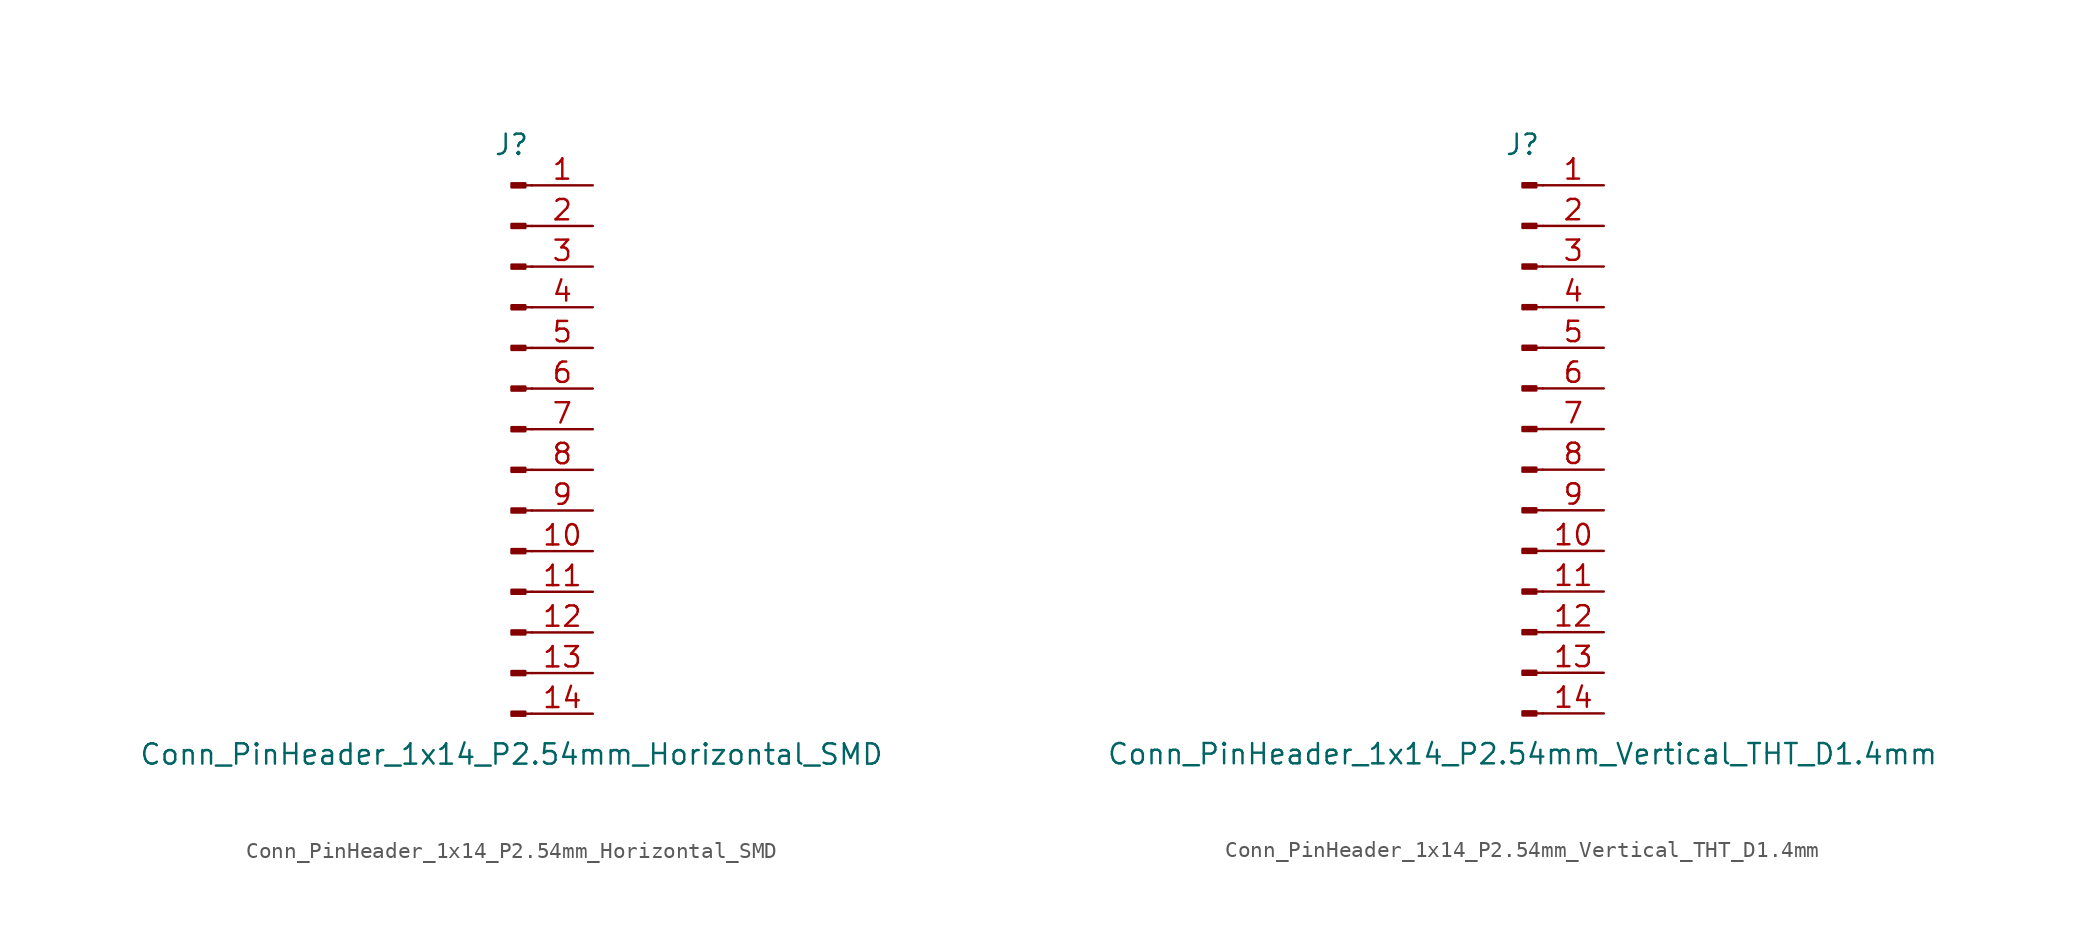
<source format=kicad_sym>
(kicad_symbol_lib
  (version 20211014)
  (generator kicad_symbol_editor)
  (symbol "Conn_PinHeader_1x14_P2.54mm_Horizontal_SMD"
    (pin_names
      (offset 1.016) hide)
    (property "Reference" "J"
      (at 0 17.78 0)
      (effects (font (size 1.27 1.27))))
    (property "Value" "Conn_PinHeader_1x14_P2.54mm_Horizontal_SMD"
      (at 0 -20.32 0)
      (effects (font (size 1.27 1.27))))
    (symbol "Conn_PinHeader_1x14_P2.54mm_Horizontal_SMD_1_1"
      (polyline (pts (xy 1.27 -17.78) (xy 0.864 -17.78)) (stroke (width 0.152) (type default) (color 0 0 0 0)) (fill (type none)))
      (polyline (pts (xy 1.27 -15.24) (xy 0.864 -15.24)) (stroke (width 0.152) (type default) (color 0 0 0 0)) (fill (type none)))
      (polyline (pts (xy 1.27 -12.7) (xy 0.864 -12.7)) (stroke (width 0.152) (type default) (color 0 0 0 0)) (fill (type none)))
      (polyline (pts (xy 1.27 -10.16) (xy 0.864 -10.16)) (stroke (width 0.152) (type default) (color 0 0 0 0)) (fill (type none)))
      (polyline (pts (xy 1.27 -7.62) (xy 0.864 -7.62)) (stroke (width 0.152) (type default) (color 0 0 0 0)) (fill (type none)))
      (polyline (pts (xy 1.27 -5.08) (xy 0.864 -5.08)) (stroke (width 0.152) (type default) (color 0 0 0 0)) (fill (type none)))
      (polyline (pts (xy 1.27 -2.54) (xy 0.864 -2.54)) (stroke (width 0.152) (type default) (color 0 0 0 0)) (fill (type none)))
      (polyline (pts (xy 1.27 0) (xy 0.864 0)) (stroke (width 0.152) (type default) (color 0 0 0 0)) (fill (type none)))
      (polyline (pts (xy 1.27 2.54) (xy 0.864 2.54)) (stroke (width 0.152) (type default) (color 0 0 0 0)) (fill (type none)))
      (polyline (pts (xy 1.27 5.08) (xy 0.864 5.08)) (stroke (width 0.152) (type default) (color 0 0 0 0)) (fill (type none)))
      (polyline (pts (xy 1.27 7.62) (xy 0.864 7.62)) (stroke (width 0.152) (type default) (color 0 0 0 0)) (fill (type none)))
      (polyline (pts (xy 1.27 10.16) (xy 0.864 10.16)) (stroke (width 0.152) (type default) (color 0 0 0 0)) (fill (type none)))
      (polyline (pts (xy 1.27 12.7) (xy 0.864 12.7)) (stroke (width 0.152) (type default) (color 0 0 0 0)) (fill (type none)))
      (polyline (pts (xy 1.27 15.24) (xy 0.864 15.24)) (stroke (width 0.152) (type default) (color 0 0 0 0)) (fill (type none)))
      (rectangle (start 0.864 -17.653) (end 0 -17.907) (stroke (width 0.152) (type default) (color 0 0 0 0)) (fill (type outline)))
      (rectangle (start 0.864 -15.113) (end 0 -15.367) (stroke (width 0.152) (type default) (color 0 0 0 0)) (fill (type outline)))
      (rectangle (start 0.864 -12.573) (end 0 -12.827) (stroke (width 0.152) (type default) (color 0 0 0 0)) (fill (type outline)))
      (rectangle (start 0.864 -10.033) (end 0 -10.287) (stroke (width 0.152) (type default) (color 0 0 0 0)) (fill (type outline)))
      (rectangle (start 0.864 -7.493) (end 0 -7.747) (stroke (width 0.152) (type default) (color 0 0 0 0)) (fill (type outline)))
      (rectangle (start 0.864 -4.953) (end 0 -5.207) (stroke (width 0.152) (type default) (color 0 0 0 0)) (fill (type outline)))
      (rectangle (start 0.864 -2.413) (end 0 -2.667) (stroke (width 0.152) (type default) (color 0 0 0 0)) (fill (type outline)))
      (rectangle (start 0.864 0.127) (end 0 -0.127) (stroke (width 0.152) (type default) (color 0 0 0 0)) (fill (type outline)))
      (rectangle (start 0.864 2.667) (end 0 2.413) (stroke (width 0.152) (type default) (color 0 0 0 0)) (fill (type outline)))
      (rectangle (start 0.864 5.207) (end 0 4.953) (stroke (width 0.152) (type default) (color 0 0 0 0)) (fill (type outline)))
      (rectangle (start 0.864 7.747) (end 0 7.493) (stroke (width 0.152) (type default) (color 0 0 0 0)) (fill (type outline)))
      (rectangle (start 0.864 10.287) (end 0 10.033) (stroke (width 0.152) (type default) (color 0 0 0 0)) (fill (type outline)))
      (rectangle (start 0.864 12.827) (end 0 12.573) (stroke (width 0.152) (type default) (color 0 0 0 0)) (fill (type outline)))
      (rectangle (start 0.864 15.367) (end 0 15.113) (stroke (width 0.152) (type default) (color 0 0 0 0)) (fill (type outline)))
      (pin passive line (at 5.08 15.24 180) (length 3.81) (name "Pin_1" (effects (font (size 1.27 1.27)))) (number "1" (effects (font (size 1.27 1.27)))))
      (pin passive line (at 5.08 -7.62 180) (length 3.81) (name "Pin_10" (effects (font (size 1.27 1.27)))) (number "10" (effects (font (size 1.27 1.27)))))
      (pin passive line (at 5.08 -10.16 180) (length 3.81) (name "Pin_11" (effects (font (size 1.27 1.27)))) (number "11" (effects (font (size 1.27 1.27)))))
      (pin passive line (at 5.08 -12.7 180) (length 3.81) (name "Pin_12" (effects (font (size 1.27 1.27)))) (number "12" (effects (font (size 1.27 1.27)))))
      (pin passive line (at 5.08 -15.24 180) (length 3.81) (name "Pin_13" (effects (font (size 1.27 1.27)))) (number "13" (effects (font (size 1.27 1.27)))))
      (pin passive line (at 5.08 -17.78 180) (length 3.81) (name "Pin_14" (effects (font (size 1.27 1.27)))) (number "14" (effects (font (size 1.27 1.27)))))
      (pin passive line (at 5.08 12.7 180) (length 3.81) (name "Pin_2" (effects (font (size 1.27 1.27)))) (number "2" (effects (font (size 1.27 1.27)))))
      (pin passive line (at 5.08 10.16 180) (length 3.81) (name "Pin_3" (effects (font (size 1.27 1.27)))) (number "3" (effects (font (size 1.27 1.27)))))
      (pin passive line (at 5.08 7.62 180) (length 3.81) (name "Pin_4" (effects (font (size 1.27 1.27)))) (number "4" (effects (font (size 1.27 1.27)))))
      (pin passive line (at 5.08 5.08 180) (length 3.81) (name "Pin_5" (effects (font (size 1.27 1.27)))) (number "5" (effects (font (size 1.27 1.27)))))
      (pin passive line (at 5.08 2.54 180) (length 3.81) (name "Pin_6" (effects (font (size 1.27 1.27)))) (number "6" (effects (font (size 1.27 1.27)))))
      (pin passive line (at 5.08 0 180) (length 3.81) (name "Pin_7" (effects (font (size 1.27 1.27)))) (number "7" (effects (font (size 1.27 1.27)))))
      (pin passive line (at 5.08 -2.54 180) (length 3.81) (name "Pin_8" (effects (font (size 1.27 1.27)))) (number "8" (effects (font (size 1.27 1.27)))))
      (pin passive line (at 5.08 -5.08 180) (length 3.81) (name "Pin_9" (effects (font (size 1.27 1.27)))) (number "9" (effects (font (size 1.27 1.27)))))))
  (symbol "Conn_PinHeader_1x14_P2.54mm_Vertical_THT_D1.4mm"
    (pin_names
      (offset 1.016) hide)
    (property "Reference" "J"
      (at 0 17.78 0)
      (effects (font (size 1.27 1.27))))
    (property "Value" "Conn_PinHeader_1x14_P2.54mm_Vertical_THT_D1.4mm"
      (at 0 -20.32 0)
      (effects (font (size 1.27 1.27))))
    (symbol "Conn_PinHeader_1x14_P2.54mm_Vertical_THT_D1.4mm_1_1"
      (polyline (pts (xy 1.27 -17.78) (xy 0.864 -17.78)) (stroke (width 0.152) (type default) (color 0 0 0 0)) (fill (type none)))
      (polyline (pts (xy 1.27 -15.24) (xy 0.864 -15.24)) (stroke (width 0.152) (type default) (color 0 0 0 0)) (fill (type none)))
      (polyline (pts (xy 1.27 -12.7) (xy 0.864 -12.7)) (stroke (width 0.152) (type default) (color 0 0 0 0)) (fill (type none)))
      (polyline (pts (xy 1.27 -10.16) (xy 0.864 -10.16)) (stroke (width 0.152) (type default) (color 0 0 0 0)) (fill (type none)))
      (polyline (pts (xy 1.27 -7.62) (xy 0.864 -7.62)) (stroke (width 0.152) (type default) (color 0 0 0 0)) (fill (type none)))
      (polyline (pts (xy 1.27 -5.08) (xy 0.864 -5.08)) (stroke (width 0.152) (type default) (color 0 0 0 0)) (fill (type none)))
      (polyline (pts (xy 1.27 -2.54) (xy 0.864 -2.54)) (stroke (width 0.152) (type default) (color 0 0 0 0)) (fill (type none)))
      (polyline (pts (xy 1.27 0) (xy 0.864 0)) (stroke (width 0.152) (type default) (color 0 0 0 0)) (fill (type none)))
      (polyline (pts (xy 1.27 2.54) (xy 0.864 2.54)) (stroke (width 0.152) (type default) (color 0 0 0 0)) (fill (type none)))
      (polyline (pts (xy 1.27 5.08) (xy 0.864 5.08)) (stroke (width 0.152) (type default) (color 0 0 0 0)) (fill (type none)))
      (polyline (pts (xy 1.27 7.62) (xy 0.864 7.62)) (stroke (width 0.152) (type default) (color 0 0 0 0)) (fill (type none)))
      (polyline (pts (xy 1.27 10.16) (xy 0.864 10.16)) (stroke (width 0.152) (type default) (color 0 0 0 0)) (fill (type none)))
      (polyline (pts (xy 1.27 12.7) (xy 0.864 12.7)) (stroke (width 0.152) (type default) (color 0 0 0 0)) (fill (type none)))
      (polyline (pts (xy 1.27 15.24) (xy 0.864 15.24)) (stroke (width 0.152) (type default) (color 0 0 0 0)) (fill (type none)))
      (rectangle (start 0.864 -17.653) (end 0 -17.907) (stroke (width 0.152) (type default) (color 0 0 0 0)) (fill (type outline)))
      (rectangle (start 0.864 -15.113) (end 0 -15.367) (stroke (width 0.152) (type default) (color 0 0 0 0)) (fill (type outline)))
      (rectangle (start 0.864 -12.573) (end 0 -12.827) (stroke (width 0.152) (type default) (color 0 0 0 0)) (fill (type outline)))
      (rectangle (start 0.864 -10.033) (end 0 -10.287) (stroke (width 0.152) (type default) (color 0 0 0 0)) (fill (type outline)))
      (rectangle (start 0.864 -7.493) (end 0 -7.747) (stroke (width 0.152) (type default) (color 0 0 0 0)) (fill (type outline)))
      (rectangle (start 0.864 -4.953) (end 0 -5.207) (stroke (width 0.152) (type default) (color 0 0 0 0)) (fill (type outline)))
      (rectangle (start 0.864 -2.413) (end 0 -2.667) (stroke (width 0.152) (type default) (color 0 0 0 0)) (fill (type outline)))
      (rectangle (start 0.864 0.127) (end 0 -0.127) (stroke (width 0.152) (type default) (color 0 0 0 0)) (fill (type outline)))
      (rectangle (start 0.864 2.667) (end 0 2.413) (stroke (width 0.152) (type default) (color 0 0 0 0)) (fill (type outline)))
      (rectangle (start 0.864 5.207) (end 0 4.953) (stroke (width 0.152) (type default) (color 0 0 0 0)) (fill (type outline)))
      (rectangle (start 0.864 7.747) (end 0 7.493) (stroke (width 0.152) (type default) (color 0 0 0 0)) (fill (type outline)))
      (rectangle (start 0.864 10.287) (end 0 10.033) (stroke (width 0.152) (type default) (color 0 0 0 0)) (fill (type outline)))
      (rectangle (start 0.864 12.827) (end 0 12.573) (stroke (width 0.152) (type default) (color 0 0 0 0)) (fill (type outline)))
      (rectangle (start 0.864 15.367) (end 0 15.113) (stroke (width 0.152) (type default) (color 0 0 0 0)) (fill (type outline)))
      (pin passive line (at 5.08 15.24 180) (length 3.81) (name "Pin_1" (effects (font (size 1.27 1.27)))) (number "1" (effects (font (size 1.27 1.27)))))
      (pin passive line (at 5.08 -7.62 180) (length 3.81) (name "Pin_10" (effects (font (size 1.27 1.27)))) (number "10" (effects (font (size 1.27 1.27)))))
      (pin passive line (at 5.08 -10.16 180) (length 3.81) (name "Pin_11" (effects (font (size 1.27 1.27)))) (number "11" (effects (font (size 1.27 1.27)))))
      (pin passive line (at 5.08 -12.7 180) (length 3.81) (name "Pin_12" (effects (font (size 1.27 1.27)))) (number "12" (effects (font (size 1.27 1.27)))))
      (pin passive line (at 5.08 -15.24 180) (length 3.81) (name "Pin_13" (effects (font (size 1.27 1.27)))) (number "13" (effects (font (size 1.27 1.27)))))
      (pin passive line (at 5.08 -17.78 180) (length 3.81) (name "Pin_14" (effects (font (size 1.27 1.27)))) (number "14" (effects (font (size 1.27 1.27)))))
      (pin passive line (at 5.08 12.7 180) (length 3.81) (name "Pin_2" (effects (font (size 1.27 1.27)))) (number "2" (effects (font (size 1.27 1.27)))))
      (pin passive line (at 5.08 10.16 180) (length 3.81) (name "Pin_3" (effects (font (size 1.27 1.27)))) (number "3" (effects (font (size 1.27 1.27)))))
      (pin passive line (at 5.08 7.62 180) (length 3.81) (name "Pin_4" (effects (font (size 1.27 1.27)))) (number "4" (effects (font (size 1.27 1.27)))))
      (pin passive line (at 5.08 5.08 180) (length 3.81) (name "Pin_5" (effects (font (size 1.27 1.27)))) (number "5" (effects (font (size 1.27 1.27)))))
      (pin passive line (at 5.08 2.54 180) (length 3.81) (name "Pin_6" (effects (font (size 1.27 1.27)))) (number "6" (effects (font (size 1.27 1.27)))))
      (pin passive line (at 5.08 0 180) (length 3.81) (name "Pin_7" (effects (font (size 1.27 1.27)))) (number "7" (effects (font (size 1.27 1.27)))))
      (pin passive line (at 5.08 -2.54 180) (length 3.81) (name "Pin_8" (effects (font (size 1.27 1.27)))) (number "8" (effects (font (size 1.27 1.27)))))
      (pin passive line (at 5.08 -5.08 180) (length 3.81) (name "Pin_9" (effects (font (size 1.27 1.27)))) (number "9" (effects (font (size 1.27 1.27))))))))
</source>
